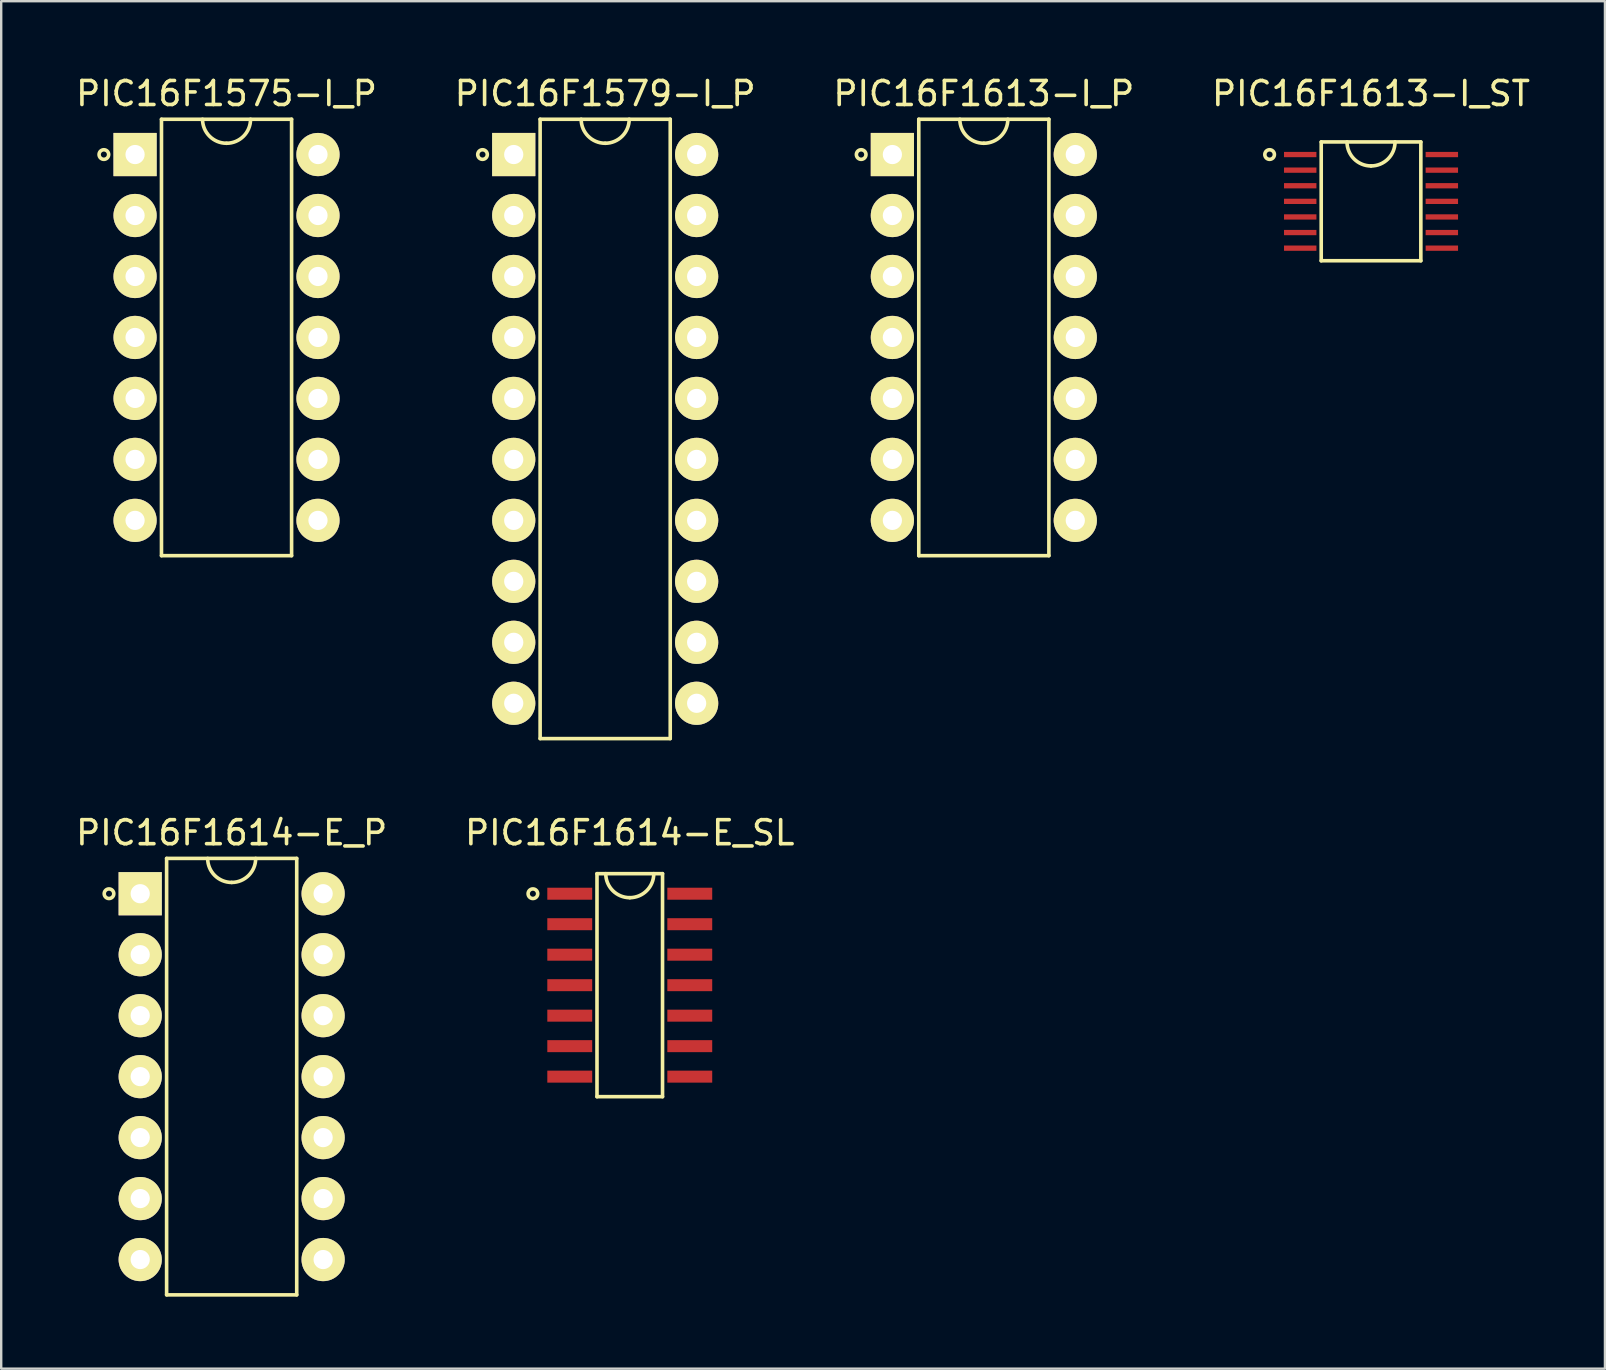
<source format=kicad_pcb>
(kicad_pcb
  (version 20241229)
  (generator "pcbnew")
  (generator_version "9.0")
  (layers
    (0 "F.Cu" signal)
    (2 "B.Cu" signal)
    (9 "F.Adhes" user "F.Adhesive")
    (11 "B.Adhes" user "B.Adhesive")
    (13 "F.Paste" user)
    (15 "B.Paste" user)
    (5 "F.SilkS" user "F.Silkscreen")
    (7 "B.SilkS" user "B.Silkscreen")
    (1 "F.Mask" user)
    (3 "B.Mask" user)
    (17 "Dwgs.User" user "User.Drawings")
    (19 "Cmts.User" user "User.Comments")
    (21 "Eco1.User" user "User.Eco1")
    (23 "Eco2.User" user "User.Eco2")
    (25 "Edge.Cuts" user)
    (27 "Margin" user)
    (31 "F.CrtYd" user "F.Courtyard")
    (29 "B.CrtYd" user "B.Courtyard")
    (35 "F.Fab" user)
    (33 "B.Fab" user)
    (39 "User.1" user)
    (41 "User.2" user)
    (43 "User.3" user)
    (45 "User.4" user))
  (footprint "PIC16F1614-E_SL"
    (layer "F.Cu")
    (at 20.685 34.181)
    (property "Reference" "PIC16F1614-E_SL" (at 2.5 -2.54 0) (layer "F.SilkS") (effects (font (size 1 1) (thickness 0.15))))
    (attr through_hole)
    (fp_line (start 1.135 -0.835) (end 3.865 -0.835) (stroke (width 0.15) (type solid)) (layer "F.SilkS"))
    (fp_line (start 1.135 8.455) (end 1.135 -0.835) (stroke (width 0.15) (type solid)) (layer "F.SilkS"))
    (fp_line (start 3.865 -0.835) (end 3.865 8.455) (stroke (width 0.15) (type solid)) (layer "F.SilkS"))
    (fp_line (start 3.865 8.455) (end 1.135 8.455) (stroke (width 0.15) (type solid)) (layer "F.SilkS"))
    (fp_arc (start 2.5 0.165) (mid 1.792893 -0.127893) (end 1.5 -0.835) (stroke (width 0.15) (type solid)) (layer "F.SilkS"))
    (fp_arc (start 3.5 -0.835) (mid 3.207107 -0.127893) (end 2.5 0.165) (stroke (width 0.15) (type solid)) (layer "F.SilkS"))
    (fp_circle (center -1.535 0) (end -1.535 0.2) (stroke (width 0.15) (type solid)) (fill no) (layer "F.SilkS"))
    (pad "1" smd rect (at 0 0) (size 1.87 0.5) (layers "F.Cu" "F.Mask" "F.Paste"))
    (pad "2" smd rect (at 0 1.27) (size 1.87 0.5) (layers "F.Cu" "F.Mask" "F.Paste"))
    (pad "3" smd rect (at 0 2.54) (size 1.87 0.5) (layers "F.Cu" "F.Mask" "F.Paste"))
    (pad "4" smd rect (at 0 3.81) (size 1.87 0.5) (layers "F.Cu" "F.Mask" "F.Paste"))
    (pad "5" smd rect (at 0 5.08) (size 1.87 0.5) (layers "F.Cu" "F.Mask" "F.Paste"))
    (pad "6" smd rect (at 0 6.35) (size 1.87 0.5) (layers "F.Cu" "F.Mask" "F.Paste"))
    (pad "7" smd rect (at 0 7.62) (size 1.87 0.5) (layers "F.Cu" "F.Mask" "F.Paste"))
    (pad "8" smd rect (at 5 7.62) (size 1.87 0.5) (layers "F.Cu" "F.Mask" "F.Paste"))
    (pad "9" smd rect (at 5 6.35) (size 1.87 0.5) (layers "F.Cu" "F.Mask" "F.Paste"))
    (pad "10" smd rect (at 5 5.08) (size 1.87 0.5) (layers "F.Cu" "F.Mask" "F.Paste"))
    (pad "11" smd rect (at 5 3.81) (size 1.87 0.5) (layers "F.Cu" "F.Mask" "F.Paste"))
    (pad "12" smd rect (at 5 2.54) (size 1.87 0.5) (layers "F.Cu" "F.Mask" "F.Paste"))
    (pad "13" smd rect (at 5 1.27) (size 1.87 0.5) (layers "F.Cu" "F.Mask" "F.Paste"))
    (pad "14" smd rect (at 5 0) (size 1.87 0.5) (layers "F.Cu" "F.Mask" "F.Paste")))
  (footprint "PIC16F1575-I_P"
    (layer "F.Cu")
    (at 2.577 3.388)
    (property "Reference" "PIC16F1575-I_P" (at 3.81 -2.54 0) (layer "F.SilkS") (effects (font (size 1 1) (thickness 0.15))))
    (attr through_hole)
    (fp_line (start 1.1 -1.47) (end 6.52 -1.47) (stroke (width 0.15) (type solid)) (layer "F.SilkS"))
    (fp_line (start 1.1 16.71) (end 1.1 -1.47) (stroke (width 0.15) (type solid)) (layer "F.SilkS"))
    (fp_line (start 6.52 -1.47) (end 6.52 16.71) (stroke (width 0.15) (type solid)) (layer "F.SilkS"))
    (fp_line (start 6.52 16.71) (end 1.1 16.71) (stroke (width 0.15) (type solid)) (layer "F.SilkS"))
    (fp_arc (start 3.81 -0.47) (mid 3.102893 -0.762893) (end 2.81 -1.47) (stroke (width 0.15) (type solid)) (layer "F.SilkS"))
    (fp_arc (start 4.81 -1.47) (mid 4.517107 -0.762893) (end 3.81 -0.47) (stroke (width 0.15) (type solid)) (layer "F.SilkS"))
    (fp_circle (center -1.3 0) (end -1.3 0.2) (stroke (width 0.15) (type solid)) (fill no) (layer "F.SilkS"))
    (pad "1" thru_hole rect (at 0 0) (size 1.8 1.8) (drill 0.8) (layers "*.Cu" "*.Mask" "F.SilkS"))
    (pad "2" thru_hole circle (at 0 2.54) (size 1.8 1.8) (drill 0.8) (layers "*.Cu" "*.Mask" "F.SilkS"))
    (pad "3" thru_hole circle (at 0 5.08) (size 1.8 1.8) (drill 0.8) (layers "*.Cu" "*.Mask" "F.SilkS"))
    (pad "4" thru_hole circle (at 0 7.62) (size 1.8 1.8) (drill 0.8) (layers "*.Cu" "*.Mask" "F.SilkS"))
    (pad "5" thru_hole circle (at 0 10.16) (size 1.8 1.8) (drill 0.8) (layers "*.Cu" "*.Mask" "F.SilkS"))
    (pad "6" thru_hole circle (at 0 12.7) (size 1.8 1.8) (drill 0.8) (layers "*.Cu" "*.Mask" "F.SilkS"))
    (pad "7" thru_hole circle (at 0 15.24) (size 1.8 1.8) (drill 0.8) (layers "*.Cu" "*.Mask" "F.SilkS"))
    (pad "8" thru_hole circle (at 7.62 15.24) (size 1.8 1.8) (drill 0.8) (layers "*.Cu" "*.Mask" "F.SilkS"))
    (pad "9" thru_hole circle (at 7.62 12.7) (size 1.8 1.8) (drill 0.8) (layers "*.Cu" "*.Mask" "F.SilkS"))
    (pad "10" thru_hole circle (at 7.62 10.16) (size 1.8 1.8) (drill 0.8) (layers "*.Cu" "*.Mask" "F.SilkS"))
    (pad "11" thru_hole circle (at 7.62 7.62) (size 1.8 1.8) (drill 0.8) (layers "*.Cu" "*.Mask" "F.SilkS"))
    (pad "12" thru_hole circle (at 7.62 5.08) (size 1.8 1.8) (drill 0.8) (layers "*.Cu" "*.Mask" "F.SilkS"))
    (pad "13" thru_hole circle (at 7.62 2.54) (size 1.8 1.8) (drill 0.8) (layers "*.Cu" "*.Mask" "F.SilkS"))
    (pad "14" thru_hole circle (at 7.62 0) (size 1.8 1.8) (drill 0.8) (layers "*.Cu" "*.Mask" "F.SilkS")))
  (footprint "PIC16F1613-I_P"
    (layer "F.Cu")
    (at 34.125 3.388)
    (property "Reference" "PIC16F1613-I_P" (at 3.81 -2.54 0) (layer "F.SilkS") (effects (font (size 1 1) (thickness 0.15))))
    (attr through_hole)
    (fp_line (start 1.1 -1.47) (end 6.52 -1.47) (stroke (width 0.15) (type solid)) (layer "F.SilkS"))
    (fp_line (start 1.1 16.71) (end 1.1 -1.47) (stroke (width 0.15) (type solid)) (layer "F.SilkS"))
    (fp_line (start 6.52 -1.47) (end 6.52 16.71) (stroke (width 0.15) (type solid)) (layer "F.SilkS"))
    (fp_line (start 6.52 16.71) (end 1.1 16.71) (stroke (width 0.15) (type solid)) (layer "F.SilkS"))
    (fp_arc (start 3.81 -0.47) (mid 3.102893 -0.762893) (end 2.81 -1.47) (stroke (width 0.15) (type solid)) (layer "F.SilkS"))
    (fp_arc (start 4.81 -1.47) (mid 4.517107 -0.762893) (end 3.81 -0.47) (stroke (width 0.15) (type solid)) (layer "F.SilkS"))
    (fp_circle (center -1.3 0) (end -1.3 0.2) (stroke (width 0.15) (type solid)) (fill no) (layer "F.SilkS"))
    (pad "1" thru_hole rect (at 0 0) (size 1.8 1.8) (drill 0.8) (layers "*.Cu" "*.Mask" "F.SilkS"))
    (pad "2" thru_hole circle (at 0 2.54) (size 1.8 1.8) (drill 0.8) (layers "*.Cu" "*.Mask" "F.SilkS"))
    (pad "3" thru_hole circle (at 0 5.08) (size 1.8 1.8) (drill 0.8) (layers "*.Cu" "*.Mask" "F.SilkS"))
    (pad "4" thru_hole circle (at 0 7.62) (size 1.8 1.8) (drill 0.8) (layers "*.Cu" "*.Mask" "F.SilkS"))
    (pad "5" thru_hole circle (at 0 10.16) (size 1.8 1.8) (drill 0.8) (layers "*.Cu" "*.Mask" "F.SilkS"))
    (pad "6" thru_hole circle (at 0 12.7) (size 1.8 1.8) (drill 0.8) (layers "*.Cu" "*.Mask" "F.SilkS"))
    (pad "7" thru_hole circle (at 0 15.24) (size 1.8 1.8) (drill 0.8) (layers "*.Cu" "*.Mask" "F.SilkS"))
    (pad "8" thru_hole circle (at 7.62 15.24) (size 1.8 1.8) (drill 0.8) (layers "*.Cu" "*.Mask" "F.SilkS"))
    (pad "9" thru_hole circle (at 7.62 12.7) (size 1.8 1.8) (drill 0.8) (layers "*.Cu" "*.Mask" "F.SilkS"))
    (pad "10" thru_hole circle (at 7.62 10.16) (size 1.8 1.8) (drill 0.8) (layers "*.Cu" "*.Mask" "F.SilkS"))
    (pad "11" thru_hole circle (at 7.62 7.62) (size 1.8 1.8) (drill 0.8) (layers "*.Cu" "*.Mask" "F.SilkS"))
    (pad "12" thru_hole circle (at 7.62 5.08) (size 1.8 1.8) (drill 0.8) (layers "*.Cu" "*.Mask" "F.SilkS"))
    (pad "13" thru_hole circle (at 7.62 2.54) (size 1.8 1.8) (drill 0.8) (layers "*.Cu" "*.Mask" "F.SilkS"))
    (pad "14" thru_hole circle (at 7.62 0) (size 1.8 1.8) (drill 0.8) (layers "*.Cu" "*.Mask" "F.SilkS")))
  (footprint "PIC16F1613-I_ST"
    (layer "F.Cu")
    (at 51.115 3.388)
    (property "Reference" "PIC16F1613-I_ST" (at 2.95 -2.54 0) (layer "F.SilkS") (effects (font (size 1 1) (thickness 0.15))))
    (attr through_hole)
    (fp_line (start 0.875 -0.525) (end 5.025 -0.525) (stroke (width 0.15) (type solid)) (layer "F.SilkS"))
    (fp_line (start 0.875 4.425) (end 0.875 -0.525) (stroke (width 0.15) (type solid)) (layer "F.SilkS"))
    (fp_line (start 5.025 -0.525) (end 5.025 4.425) (stroke (width 0.15) (type solid)) (layer "F.SilkS"))
    (fp_line (start 5.025 4.425) (end 0.875 4.425) (stroke (width 0.15) (type solid)) (layer "F.SilkS"))
    (fp_arc (start 2.95 0.475) (mid 2.242893 0.182107) (end 1.95 -0.525) (stroke (width 0.15) (type solid)) (layer "F.SilkS"))
    (fp_arc (start 3.95 -0.525) (mid 3.657107 0.182107) (end 2.95 0.475) (stroke (width 0.15) (type solid)) (layer "F.SilkS"))
    (fp_circle (center -1.275 0) (end -1.275 0.2) (stroke (width 0.15) (type solid)) (fill no) (layer "F.SilkS"))
    (pad "1" smd rect (at 0 0) (size 1.35 0.22) (layers "F.Cu" "F.Mask" "F.Paste"))
    (pad "2" smd rect (at 0 0.65) (size 1.35 0.22) (layers "F.Cu" "F.Mask" "F.Paste"))
    (pad "3" smd rect (at 0 1.3) (size 1.35 0.22) (layers "F.Cu" "F.Mask" "F.Paste"))
    (pad "4" smd rect (at 0 1.95) (size 1.35 0.22) (layers "F.Cu" "F.Mask" "F.Paste"))
    (pad "5" smd rect (at 0 2.6) (size 1.35 0.22) (layers "F.Cu" "F.Mask" "F.Paste"))
    (pad "6" smd rect (at 0 3.25) (size 1.35 0.22) (layers "F.Cu" "F.Mask" "F.Paste"))
    (pad "7" smd rect (at 0 3.9) (size 1.35 0.22) (layers "F.Cu" "F.Mask" "F.Paste"))
    (pad "8" smd rect (at 5.9 3.9) (size 1.35 0.22) (layers "F.Cu" "F.Mask" "F.Paste"))
    (pad "9" smd rect (at 5.9 3.25) (size 1.35 0.22) (layers "F.Cu" "F.Mask" "F.Paste"))
    (pad "10" smd rect (at 5.9 2.6) (size 1.35 0.22) (layers "F.Cu" "F.Mask" "F.Paste"))
    (pad "11" smd rect (at 5.9 1.95) (size 1.35 0.22) (layers "F.Cu" "F.Mask" "F.Paste"))
    (pad "12" smd rect (at 5.9 1.3) (size 1.35 0.22) (layers "F.Cu" "F.Mask" "F.Paste"))
    (pad "13" smd rect (at 5.9 0.65) (size 1.35 0.22) (layers "F.Cu" "F.Mask" "F.Paste"))
    (pad "14" smd rect (at 5.9 0) (size 1.35 0.22) (layers "F.Cu" "F.Mask" "F.Paste")))
  (footprint "PIC16F1614-E_P"
    (layer "F.Cu")
    (at 2.791 34.181)
    (property "Reference" "PIC16F1614-E_P" (at 3.81 -2.54 0) (layer "F.SilkS") (effects (font (size 1 1) (thickness 0.15))))
    (attr through_hole)
    (fp_line (start 1.1 -1.47) (end 6.52 -1.47) (stroke (width 0.15) (type solid)) (layer "F.SilkS"))
    (fp_line (start 1.1 16.71) (end 1.1 -1.47) (stroke (width 0.15) (type solid)) (layer "F.SilkS"))
    (fp_line (start 6.52 -1.47) (end 6.52 16.71) (stroke (width 0.15) (type solid)) (layer "F.SilkS"))
    (fp_line (start 6.52 16.71) (end 1.1 16.71) (stroke (width 0.15) (type solid)) (layer "F.SilkS"))
    (fp_arc (start 3.81 -0.47) (mid 3.102893 -0.762893) (end 2.81 -1.47) (stroke (width 0.15) (type solid)) (layer "F.SilkS"))
    (fp_arc (start 4.81 -1.47) (mid 4.517107 -0.762893) (end 3.81 -0.47) (stroke (width 0.15) (type solid)) (layer "F.SilkS"))
    (fp_circle (center -1.3 0) (end -1.3 0.2) (stroke (width 0.15) (type solid)) (fill no) (layer "F.SilkS"))
    (pad "1" thru_hole rect (at 0 0) (size 1.8 1.8) (drill 0.8) (layers "*.Cu" "*.Mask" "F.SilkS"))
    (pad "2" thru_hole circle (at 0 2.54) (size 1.8 1.8) (drill 0.8) (layers "*.Cu" "*.Mask" "F.SilkS"))
    (pad "3" thru_hole circle (at 0 5.08) (size 1.8 1.8) (drill 0.8) (layers "*.Cu" "*.Mask" "F.SilkS"))
    (pad "4" thru_hole circle (at 0 7.62) (size 1.8 1.8) (drill 0.8) (layers "*.Cu" "*.Mask" "F.SilkS"))
    (pad "5" thru_hole circle (at 0 10.16) (size 1.8 1.8) (drill 0.8) (layers "*.Cu" "*.Mask" "F.SilkS"))
    (pad "6" thru_hole circle (at 0 12.7) (size 1.8 1.8) (drill 0.8) (layers "*.Cu" "*.Mask" "F.SilkS"))
    (pad "7" thru_hole circle (at 0 15.24) (size 1.8 1.8) (drill 0.8) (layers "*.Cu" "*.Mask" "F.SilkS"))
    (pad "8" thru_hole circle (at 7.62 15.24) (size 1.8 1.8) (drill 0.8) (layers "*.Cu" "*.Mask" "F.SilkS"))
    (pad "9" thru_hole circle (at 7.62 12.7) (size 1.8 1.8) (drill 0.8) (layers "*.Cu" "*.Mask" "F.SilkS"))
    (pad "10" thru_hole circle (at 7.62 10.16) (size 1.8 1.8) (drill 0.8) (layers "*.Cu" "*.Mask" "F.SilkS"))
    (pad "11" thru_hole circle (at 7.62 7.62) (size 1.8 1.8) (drill 0.8) (layers "*.Cu" "*.Mask" "F.SilkS"))
    (pad "12" thru_hole circle (at 7.62 5.08) (size 1.8 1.8) (drill 0.8) (layers "*.Cu" "*.Mask" "F.SilkS"))
    (pad "13" thru_hole circle (at 7.62 2.54) (size 1.8 1.8) (drill 0.8) (layers "*.Cu" "*.Mask" "F.SilkS"))
    (pad "14" thru_hole circle (at 7.62 0) (size 1.8 1.8) (drill 0.8) (layers "*.Cu" "*.Mask" "F.SilkS")))
  (footprint "PIC16F1579-I_P"
    (layer "F.Cu")
    (at 18.351 3.388)
    (property "Reference" "PIC16F1579-I_P" (at 3.81 -2.54 0) (layer "F.SilkS") (effects (font (size 1 1) (thickness 0.15))))
    (attr through_hole)
    (fp_line (start 1.1 -1.47) (end 6.52 -1.47) (stroke (width 0.15) (type solid)) (layer "F.SilkS"))
    (fp_line (start 1.1 24.33) (end 1.1 -1.47) (stroke (width 0.15) (type solid)) (layer "F.SilkS"))
    (fp_line (start 6.52 -1.47) (end 6.52 24.33) (stroke (width 0.15) (type solid)) (layer "F.SilkS"))
    (fp_line (start 6.52 24.33) (end 1.1 24.33) (stroke (width 0.15) (type solid)) (layer "F.SilkS"))
    (fp_arc (start 3.81 -0.47) (mid 3.102893 -0.762893) (end 2.81 -1.47) (stroke (width 0.15) (type solid)) (layer "F.SilkS"))
    (fp_arc (start 4.81 -1.47) (mid 4.517107 -0.762893) (end 3.81 -0.47) (stroke (width 0.15) (type solid)) (layer "F.SilkS"))
    (fp_circle (center -1.3 0) (end -1.3 0.2) (stroke (width 0.15) (type solid)) (fill no) (layer "F.SilkS"))
    (pad "1" thru_hole rect (at 0 0) (size 1.8 1.8) (drill 0.8) (layers "*.Cu" "*.Mask" "F.SilkS"))
    (pad "2" thru_hole circle (at 0 2.54) (size 1.8 1.8) (drill 0.8) (layers "*.Cu" "*.Mask" "F.SilkS"))
    (pad "3" thru_hole circle (at 0 5.08) (size 1.8 1.8) (drill 0.8) (layers "*.Cu" "*.Mask" "F.SilkS"))
    (pad "4" thru_hole circle (at 0 7.62) (size 1.8 1.8) (drill 0.8) (layers "*.Cu" "*.Mask" "F.SilkS"))
    (pad "5" thru_hole circle (at 0 10.16) (size 1.8 1.8) (drill 0.8) (layers "*.Cu" "*.Mask" "F.SilkS"))
    (pad "6" thru_hole circle (at 0 12.7) (size 1.8 1.8) (drill 0.8) (layers "*.Cu" "*.Mask" "F.SilkS"))
    (pad "7" thru_hole circle (at 0 15.24) (size 1.8 1.8) (drill 0.8) (layers "*.Cu" "*.Mask" "F.SilkS"))
    (pad "8" thru_hole circle (at 0 17.78) (size 1.8 1.8) (drill 0.8) (layers "*.Cu" "*.Mask" "F.SilkS"))
    (pad "9" thru_hole circle (at 0 20.32) (size 1.8 1.8) (drill 0.8) (layers "*.Cu" "*.Mask" "F.SilkS"))
    (pad "10" thru_hole circle (at 0 22.86) (size 1.8 1.8) (drill 0.8) (layers "*.Cu" "*.Mask" "F.SilkS"))
    (pad "11" thru_hole circle (at 7.62 22.86) (size 1.8 1.8) (drill 0.8) (layers "*.Cu" "*.Mask" "F.SilkS"))
    (pad "12" thru_hole circle (at 7.62 20.32) (size 1.8 1.8) (drill 0.8) (layers "*.Cu" "*.Mask" "F.SilkS"))
    (pad "13" thru_hole circle (at 7.62 17.78) (size 1.8 1.8) (drill 0.8) (layers "*.Cu" "*.Mask" "F.SilkS"))
    (pad "14" thru_hole circle (at 7.62 15.24) (size 1.8 1.8) (drill 0.8) (layers "*.Cu" "*.Mask" "F.SilkS"))
    (pad "15" thru_hole circle (at 7.62 12.7) (size 1.8 1.8) (drill 0.8) (layers "*.Cu" "*.Mask" "F.SilkS"))
    (pad "16" thru_hole circle (at 7.62 10.16) (size 1.8 1.8) (drill 0.8) (layers "*.Cu" "*.Mask" "F.SilkS"))
    (pad "17" thru_hole circle (at 7.62 7.62) (size 1.8 1.8) (drill 0.8) (layers "*.Cu" "*.Mask" "F.SilkS"))
    (pad "18" thru_hole circle (at 7.62 5.08) (size 1.8 1.8) (drill 0.8) (layers "*.Cu" "*.Mask" "F.SilkS"))
    (pad "19" thru_hole circle (at 7.62 2.54) (size 1.8 1.8) (drill 0.8) (layers "*.Cu" "*.Mask" "F.SilkS"))
    (pad "20" thru_hole circle (at 7.62 0) (size 1.8 1.8) (drill 0.8) (layers "*.Cu" "*.Mask" "F.SilkS")))
  (gr_rect
    (start -3 -3)
    (end 63.81 53.967)
    (stroke (width 0.1) (type default))
    (fill no)
    (layer "Edge.Cuts")))
</source>
